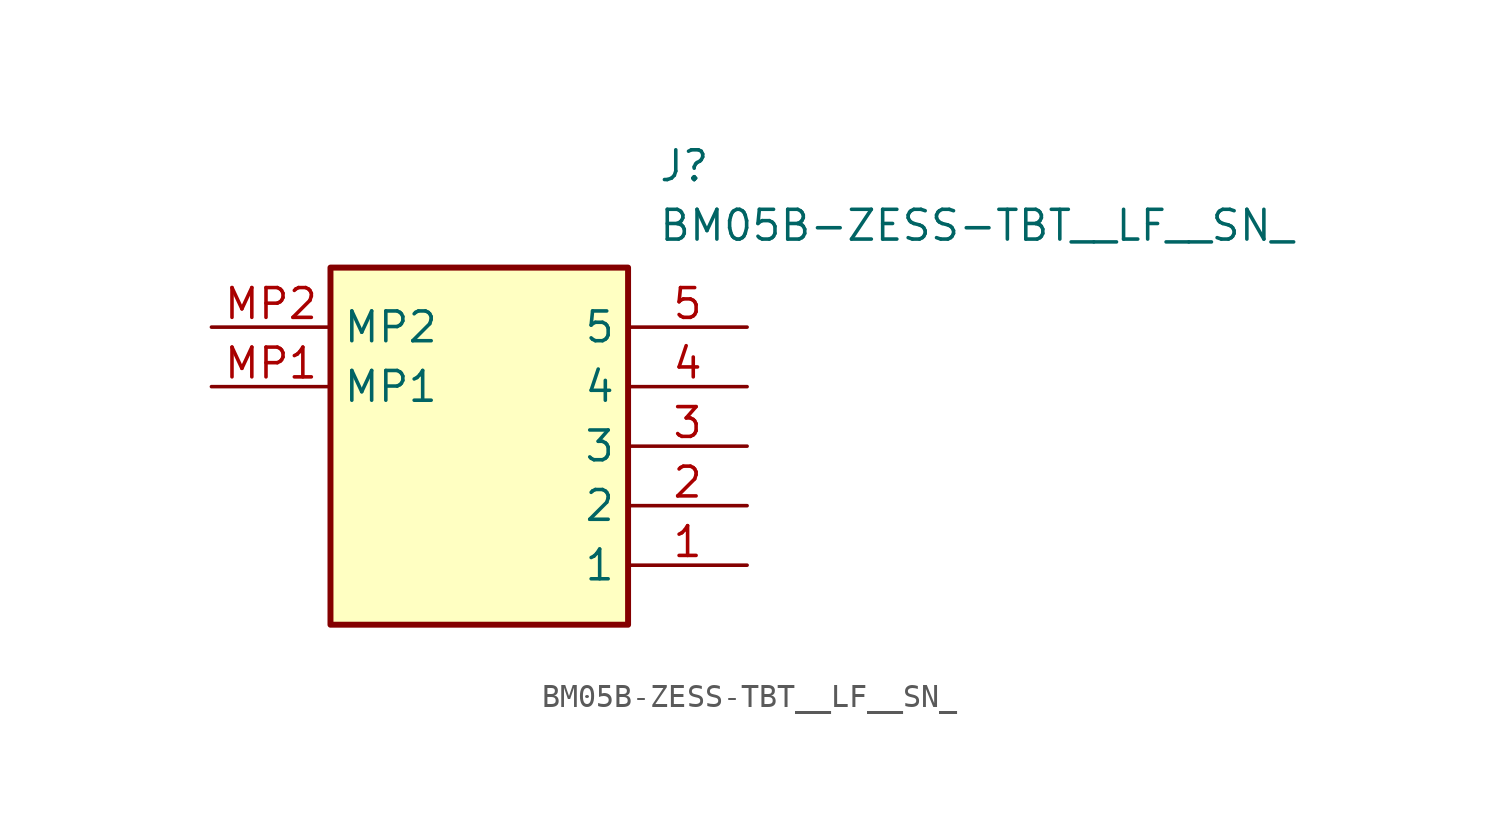
<source format=kicad_sym>
(kicad_symbol_lib
  (version 20211014)
  (generator SamacSys_ECAD_Model)
  (symbol "BM05B-ZESS-TBT__LF__SN_"
    (property "Reference" "J"
      (at 19.05 7.62 0)
      (effects (font (size 1.27 1.27)) (justify left top)))
    (property "Value" "BM05B-ZESS-TBT__LF__SN_"
      (at 19.05 5.08 0)
      (effects (font (size 1.27 1.27)) (justify left top)))
    (rectangle
      (start 5.08 2.54)
      (end 17.78 -12.7)
      (stroke (width 0.254) (type default))
      (fill (type background)))
    (pin passive line
      (at 22.86 -10.16 180)
      (length 5.08)
      (name "1" (effects (font (size 1.27 1.27))))
      (number "1" (effects (font (size 1.27 1.27)))))
    (pin passive line
      (at 22.86 -7.62 180)
      (length 5.08)
      (name "2" (effects (font (size 1.27 1.27))))
      (number "2" (effects (font (size 1.27 1.27)))))
    (pin passive line
      (at 22.86 -5.08 180)
      (length 5.08)
      (name "3" (effects (font (size 1.27 1.27))))
      (number "3" (effects (font (size 1.27 1.27)))))
    (pin passive line
      (at 22.86 -2.54 180)
      (length 5.08)
      (name "4" (effects (font (size 1.27 1.27))))
      (number "4" (effects (font (size 1.27 1.27)))))
    (pin passive line
      (at 22.86 0 180)
      (length 5.08)
      (name "5" (effects (font (size 1.27 1.27))))
      (number "5" (effects (font (size 1.27 1.27)))))
    (pin passive line
      (at 0 -2.54 0)
      (length 5.08)
      (name "MP1" (effects (font (size 1.27 1.27))))
      (number "MP1" (effects (font (size 1.27 1.27)))))
    (pin passive line
      (at 0 0 0)
      (length 5.08)
      (name "MP2" (effects (font (size 1.27 1.27))))
      (number "MP2" (effects (font (size 1.27 1.27)))))))
</source>
